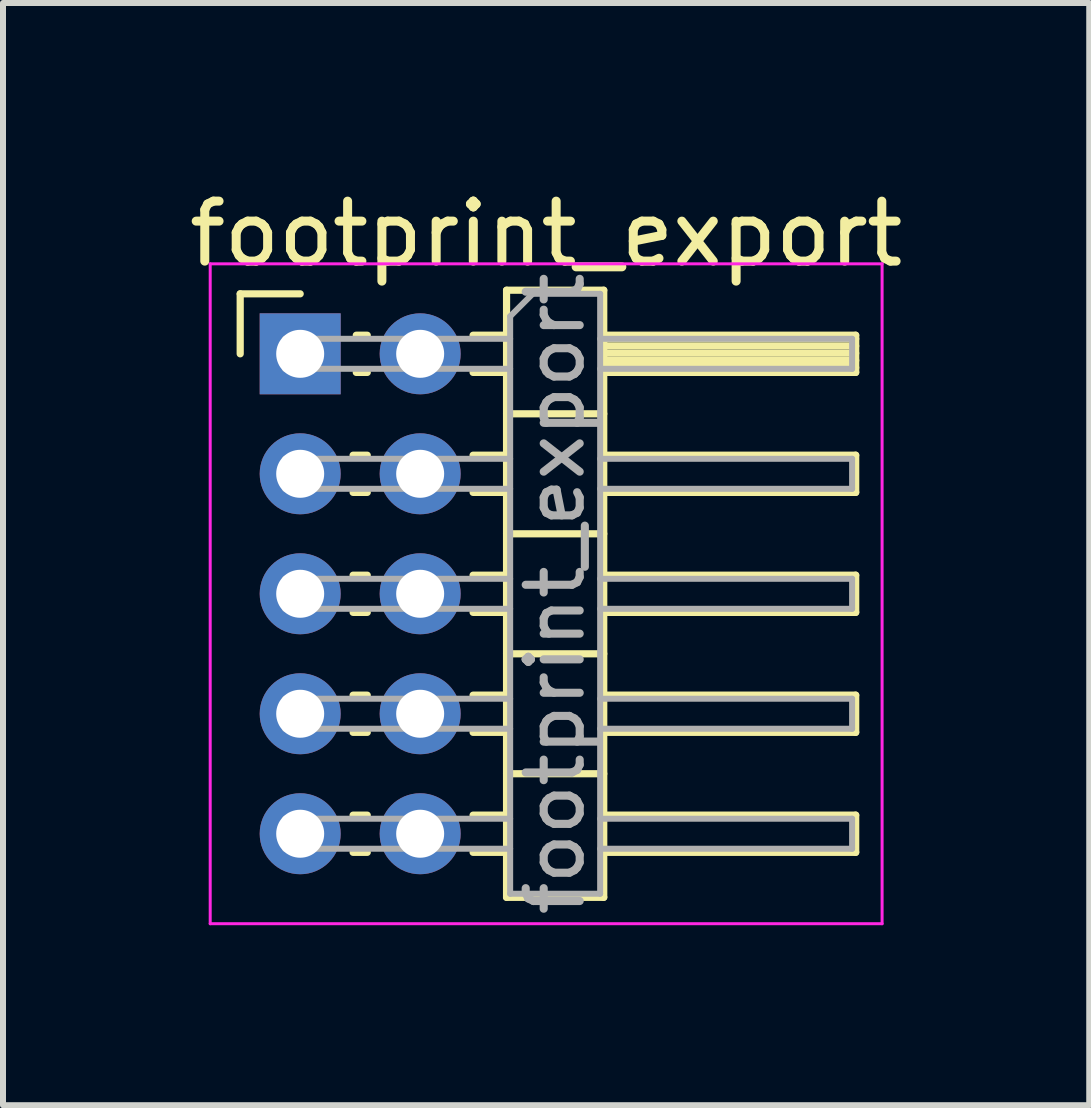
<source format=kicad_pcb>
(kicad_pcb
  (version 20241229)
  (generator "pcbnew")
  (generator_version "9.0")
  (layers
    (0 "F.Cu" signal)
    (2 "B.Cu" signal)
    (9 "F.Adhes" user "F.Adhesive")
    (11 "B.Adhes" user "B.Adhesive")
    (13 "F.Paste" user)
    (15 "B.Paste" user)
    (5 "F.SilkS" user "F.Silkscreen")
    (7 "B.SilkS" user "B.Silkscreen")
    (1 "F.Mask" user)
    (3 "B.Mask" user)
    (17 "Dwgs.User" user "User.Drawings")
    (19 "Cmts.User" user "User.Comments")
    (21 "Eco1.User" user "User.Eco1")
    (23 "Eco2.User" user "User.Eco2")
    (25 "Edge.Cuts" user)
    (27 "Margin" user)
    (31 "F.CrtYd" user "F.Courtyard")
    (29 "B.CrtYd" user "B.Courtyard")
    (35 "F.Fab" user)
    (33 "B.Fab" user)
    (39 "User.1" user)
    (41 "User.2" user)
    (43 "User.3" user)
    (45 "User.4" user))
  (footprint "footprint_export"
    (layer "F.Cu")
    (at 1.954 2.848)
    (property "Reference" "footprint_export" (at 4.1 -2 0) (layer "F.SilkS") (effects (font (size 1 1) (thickness 0.15))))
    (attr through_hole)
    (fp_line (start -1 -1) (end 0 -1) (stroke (width 0.12) (type solid)) (layer "F.SilkS"))
    (fp_line (start -1 0) (end -1 -1) (stroke (width 0.12) (type solid)) (layer "F.SilkS"))
    (fp_line (start 0.882 1.69) (end 1.118 1.69) (stroke (width 0.12) (type solid)) (layer "F.SilkS"))
    (fp_line (start 0.882 2.31) (end 1.118 2.31) (stroke (width 0.12) (type solid)) (layer "F.SilkS"))
    (fp_line (start 0.882 3.69) (end 1.118 3.69) (stroke (width 0.12) (type solid)) (layer "F.SilkS"))
    (fp_line (start 0.882 4.31) (end 1.118 4.31) (stroke (width 0.12) (type solid)) (layer "F.SilkS"))
    (fp_line (start 0.882 5.69) (end 1.118 5.69) (stroke (width 0.12) (type solid)) (layer "F.SilkS"))
    (fp_line (start 0.882 6.31) (end 1.118 6.31) (stroke (width 0.12) (type solid)) (layer "F.SilkS"))
    (fp_line (start 0.882 7.69) (end 1.118 7.69) (stroke (width 0.12) (type solid)) (layer "F.SilkS"))
    (fp_line (start 0.882 8.31) (end 1.118 8.31) (stroke (width 0.12) (type solid)) (layer "F.SilkS"))
    (fp_line (start 0.935 -0.31) (end 1.118 -0.31) (stroke (width 0.12) (type solid)) (layer "F.SilkS"))
    (fp_line (start 0.935 0.31) (end 1.118 0.31) (stroke (width 0.12) (type solid)) (layer "F.SilkS"))
    (fp_line (start 2.882 -0.31) (end 3.44 -0.31) (stroke (width 0.12) (type solid)) (layer "F.SilkS"))
    (fp_line (start 2.882 0.31) (end 3.44 0.31) (stroke (width 0.12) (type solid)) (layer "F.SilkS"))
    (fp_line (start 2.882 1.69) (end 3.44 1.69) (stroke (width 0.12) (type solid)) (layer "F.SilkS"))
    (fp_line (start 2.882 2.31) (end 3.44 2.31) (stroke (width 0.12) (type solid)) (layer "F.SilkS"))
    (fp_line (start 2.882 3.69) (end 3.44 3.69) (stroke (width 0.12) (type solid)) (layer "F.SilkS"))
    (fp_line (start 2.882 4.31) (end 3.44 4.31) (stroke (width 0.12) (type solid)) (layer "F.SilkS"))
    (fp_line (start 2.882 5.69) (end 3.44 5.69) (stroke (width 0.12) (type solid)) (layer "F.SilkS"))
    (fp_line (start 2.882 6.31) (end 3.44 6.31) (stroke (width 0.12) (type solid)) (layer "F.SilkS"))
    (fp_line (start 2.882 7.69) (end 3.44 7.69) (stroke (width 0.12) (type solid)) (layer "F.SilkS"))
    (fp_line (start 2.882 8.31) (end 3.44 8.31) (stroke (width 0.12) (type solid)) (layer "F.SilkS"))
    (fp_line (start 3.44 -1.06) (end 3.44 9.06) (stroke (width 0.12) (type solid)) (layer "F.SilkS"))
    (fp_line (start 3.44 1) (end 5.06 1) (stroke (width 0.12) (type solid)) (layer "F.SilkS"))
    (fp_line (start 3.44 3) (end 5.06 3) (stroke (width 0.12) (type solid)) (layer "F.SilkS"))
    (fp_line (start 3.44 5) (end 5.06 5) (stroke (width 0.12) (type solid)) (layer "F.SilkS"))
    (fp_line (start 3.44 7) (end 5.06 7) (stroke (width 0.12) (type solid)) (layer "F.SilkS"))
    (fp_line (start 3.44 9.06) (end 5.06 9.06) (stroke (width 0.12) (type solid)) (layer "F.SilkS"))
    (fp_line (start 5.06 -1.06) (end 3.44 -1.06) (stroke (width 0.12) (type solid)) (layer "F.SilkS"))
    (fp_line (start 5.06 -0.31) (end 9.26 -0.31) (stroke (width 0.12) (type solid)) (layer "F.SilkS"))
    (fp_line (start 5.06 -0.25) (end 9.26 -0.25) (stroke (width 0.12) (type solid)) (layer "F.SilkS"))
    (fp_line (start 5.06 -0.13) (end 9.26 -0.13) (stroke (width 0.12) (type solid)) (layer "F.SilkS"))
    (fp_line (start 5.06 -0.01) (end 9.26 -0.01) (stroke (width 0.12) (type solid)) (layer "F.SilkS"))
    (fp_line (start 5.06 0.11) (end 9.26 0.11) (stroke (width 0.12) (type solid)) (layer "F.SilkS"))
    (fp_line (start 5.06 0.23) (end 9.26 0.23) (stroke (width 0.12) (type solid)) (layer "F.SilkS"))
    (fp_line (start 5.06 1.69) (end 9.26 1.69) (stroke (width 0.12) (type solid)) (layer "F.SilkS"))
    (fp_line (start 5.06 3.69) (end 9.26 3.69) (stroke (width 0.12) (type solid)) (layer "F.SilkS"))
    (fp_line (start 5.06 5.69) (end 9.26 5.69) (stroke (width 0.12) (type solid)) (layer "F.SilkS"))
    (fp_line (start 5.06 7.69) (end 9.26 7.69) (stroke (width 0.12) (type solid)) (layer "F.SilkS"))
    (fp_line (start 5.06 9.06) (end 5.06 -1.06) (stroke (width 0.12) (type solid)) (layer "F.SilkS"))
    (fp_line (start 9.26 -0.31) (end 9.26 0.31) (stroke (width 0.12) (type solid)) (layer "F.SilkS"))
    (fp_line (start 9.26 0.31) (end 5.06 0.31) (stroke (width 0.12) (type solid)) (layer "F.SilkS"))
    (fp_line (start 9.26 1.69) (end 9.26 2.31) (stroke (width 0.12) (type solid)) (layer "F.SilkS"))
    (fp_line (start 9.26 2.31) (end 5.06 2.31) (stroke (width 0.12) (type solid)) (layer "F.SilkS"))
    (fp_line (start 9.26 3.69) (end 9.26 4.31) (stroke (width 0.12) (type solid)) (layer "F.SilkS"))
    (fp_line (start 9.26 4.31) (end 5.06 4.31) (stroke (width 0.12) (type solid)) (layer "F.SilkS"))
    (fp_line (start 9.26 5.69) (end 9.26 6.31) (stroke (width 0.12) (type solid)) (layer "F.SilkS"))
    (fp_line (start 9.26 6.31) (end 5.06 6.31) (stroke (width 0.12) (type solid)) (layer "F.SilkS"))
    (fp_line (start 9.26 7.69) (end 9.26 8.31) (stroke (width 0.12) (type solid)) (layer "F.SilkS"))
    (fp_line (start 9.26 8.31) (end 5.06 8.31) (stroke (width 0.12) (type solid)) (layer "F.SilkS"))
    (fp_line (start -1.5 -1.5) (end -1.5 9.5) (stroke (width 0.05) (type solid)) (layer "F.CrtYd"))
    (fp_line (start -1.5 9.5) (end 9.7 9.5) (stroke (width 0.05) (type solid)) (layer "F.CrtYd"))
    (fp_line (start 9.7 -1.5) (end -1.5 -1.5) (stroke (width 0.05) (type solid)) (layer "F.CrtYd"))
    (fp_line (start 9.7 9.5) (end 9.7 -1.5) (stroke (width 0.05) (type solid)) (layer "F.CrtYd"))
    (fp_line (start -0.25 -0.25) (end -0.25 0.25) (stroke (width 0.1) (type solid)) (layer "F.Fab"))
    (fp_line (start -0.25 -0.25) (end 3.5 -0.25) (stroke (width 0.1) (type solid)) (layer "F.Fab"))
    (fp_line (start -0.25 0.25) (end 3.5 0.25) (stroke (width 0.1) (type solid)) (layer "F.Fab"))
    (fp_line (start -0.25 1.75) (end -0.25 2.25) (stroke (width 0.1) (type solid)) (layer "F.Fab"))
    (fp_line (start -0.25 1.75) (end 3.5 1.75) (stroke (width 0.1) (type solid)) (layer "F.Fab"))
    (fp_line (start -0.25 2.25) (end 3.5 2.25) (stroke (width 0.1) (type solid)) (layer "F.Fab"))
    (fp_line (start -0.25 3.75) (end -0.25 4.25) (stroke (width 0.1) (type solid)) (layer "F.Fab"))
    (fp_line (start -0.25 3.75) (end 3.5 3.75) (stroke (width 0.1) (type solid)) (layer "F.Fab"))
    (fp_line (start -0.25 4.25) (end 3.5 4.25) (stroke (width 0.1) (type solid)) (layer "F.Fab"))
    (fp_line (start -0.25 5.75) (end -0.25 6.25) (stroke (width 0.1) (type solid)) (layer "F.Fab"))
    (fp_line (start -0.25 5.75) (end 3.5 5.75) (stroke (width 0.1) (type solid)) (layer "F.Fab"))
    (fp_line (start -0.25 6.25) (end 3.5 6.25) (stroke (width 0.1) (type solid)) (layer "F.Fab"))
    (fp_line (start -0.25 7.75) (end -0.25 8.25) (stroke (width 0.1) (type solid)) (layer "F.Fab"))
    (fp_line (start -0.25 7.75) (end 3.5 7.75) (stroke (width 0.1) (type solid)) (layer "F.Fab"))
    (fp_line (start -0.25 8.25) (end 3.5 8.25) (stroke (width 0.1) (type solid)) (layer "F.Fab"))
    (fp_line (start 3.5 -0.625) (end 3.875 -1) (stroke (width 0.1) (type solid)) (layer "F.Fab"))
    (fp_line (start 3.5 9) (end 3.5 -0.625) (stroke (width 0.1) (type solid)) (layer "F.Fab"))
    (fp_line (start 3.875 -1) (end 5 -1) (stroke (width 0.1) (type solid)) (layer "F.Fab"))
    (fp_line (start 5 -1) (end 5 9) (stroke (width 0.1) (type solid)) (layer "F.Fab"))
    (fp_line (start 5 -0.25) (end 9.2 -0.25) (stroke (width 0.1) (type solid)) (layer "F.Fab"))
    (fp_line (start 5 0.25) (end 9.2 0.25) (stroke (width 0.1) (type solid)) (layer "F.Fab"))
    (fp_line (start 5 1.75) (end 9.2 1.75) (stroke (width 0.1) (type solid)) (layer "F.Fab"))
    (fp_line (start 5 2.25) (end 9.2 2.25) (stroke (width 0.1) (type solid)) (layer "F.Fab"))
    (fp_line (start 5 3.75) (end 9.2 3.75) (stroke (width 0.1) (type solid)) (layer "F.Fab"))
    (fp_line (start 5 4.25) (end 9.2 4.25) (stroke (width 0.1) (type solid)) (layer "F.Fab"))
    (fp_line (start 5 5.75) (end 9.2 5.75) (stroke (width 0.1) (type solid)) (layer "F.Fab"))
    (fp_line (start 5 6.25) (end 9.2 6.25) (stroke (width 0.1) (type solid)) (layer "F.Fab"))
    (fp_line (start 5 7.75) (end 9.2 7.75) (stroke (width 0.1) (type solid)) (layer "F.Fab"))
    (fp_line (start 5 8.25) (end 9.2 8.25) (stroke (width 0.1) (type solid)) (layer "F.Fab"))
    (fp_line (start 5 9) (end 3.5 9) (stroke (width 0.1) (type solid)) (layer "F.Fab"))
    (fp_line (start 9.2 -0.25) (end 9.2 0.25) (stroke (width 0.1) (type solid)) (layer "F.Fab"))
    (fp_line (start 9.2 1.75) (end 9.2 2.25) (stroke (width 0.1) (type solid)) (layer "F.Fab"))
    (fp_line (start 9.2 3.75) (end 9.2 4.25) (stroke (width 0.1) (type solid)) (layer "F.Fab"))
    (fp_line (start 9.2 5.75) (end 9.2 6.25) (stroke (width 0.1) (type solid)) (layer "F.Fab"))
    (fp_line (start 9.2 7.75) (end 9.2 8.25) (stroke (width 0.1) (type solid)) (layer "F.Fab"))
    (fp_text user "${REFERENCE}" (at 4.25 4 90) (layer "F.Fab") (effects (font (size 0.9 0.9) (thickness 0.135))))
    (pad "1" thru_hole rect (at 0 0) (size 1.35 1.35) (drill 0.8) (layers "*.Cu" "*.Mask"))
    (pad "2" thru_hole oval (at 2 0) (size 1.35 1.35) (drill 0.8) (layers "*.Cu" "*.Mask"))
    (pad "3" thru_hole oval (at 0 2) (size 1.35 1.35) (drill 0.8) (layers "*.Cu" "*.Mask"))
    (pad "4" thru_hole oval (at 2 2) (size 1.35 1.35) (drill 0.8) (layers "*.Cu" "*.Mask"))
    (pad "5" thru_hole oval (at 0 4) (size 1.35 1.35) (drill 0.8) (layers "*.Cu" "*.Mask"))
    (pad "6" thru_hole oval (at 2 4) (size 1.35 1.35) (drill 0.8) (layers "*.Cu" "*.Mask"))
    (pad "7" thru_hole oval (at 0 6) (size 1.35 1.35) (drill 0.8) (layers "*.Cu" "*.Mask"))
    (pad "8" thru_hole oval (at 2 6) (size 1.35 1.35) (drill 0.8) (layers "*.Cu" "*.Mask"))
    (pad "9" thru_hole oval (at 0 8) (size 1.35 1.35) (drill 0.8) (layers "*.Cu" "*.Mask"))
    (pad "10" thru_hole oval (at 2 8) (size 1.35 1.35) (drill 0.8) (layers "*.Cu" "*.Mask")))
  (gr_rect
    (start -3 -3)
    (end 15.107 15.373)
    (stroke (width 0.1) (type default))
    (fill no)
    (layer "Edge.Cuts")))
</source>
